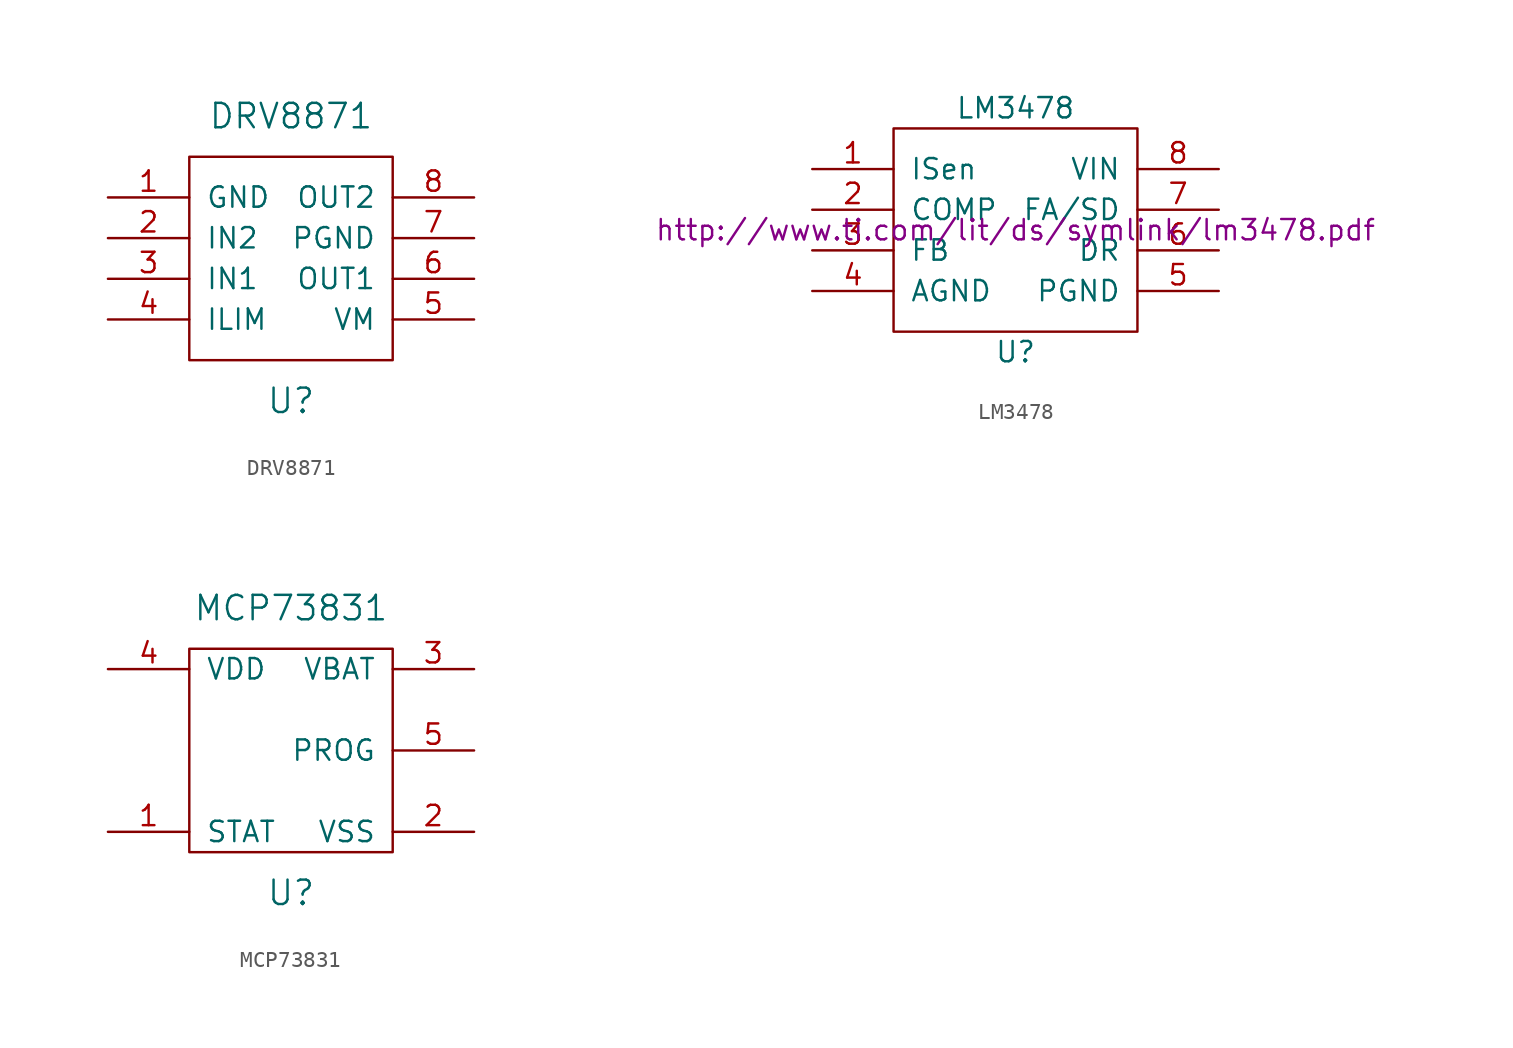
<source format=kicad_sym>
(kicad_symbol_lib
  (version 20211014)
  (generator kicad_symbol_editor)
  (symbol "DRV8871"
    (pin_names
      (offset 1.016))
    (property "Reference" "U"
      (at 0 -8.89 0)
      (effects (font (size 1.524 1.524))))
    (property "Value" "DRV8871"
      (at 0 8.89 0)
      (effects (font (size 1.524 1.524))))
    (symbol "DRV8871_0_1"
      (rectangle (start -6.35 6.35) (end 6.35 -6.35) (stroke (width 0) (type default) (color 0 0 0 0)) (fill (type none))))
    (symbol "DRV8871_1_1"
      (pin input line (at -11.43 3.81 0) (length 5.08) (name "GND" (effects (font (size 1.27 1.27)))) (number "1" (effects (font (size 1.27 1.27)))))
      (pin input line (at -11.43 1.27 0) (length 5.08) (name "IN2" (effects (font (size 1.27 1.27)))) (number "2" (effects (font (size 1.27 1.27)))))
      (pin input line (at -11.43 -1.27 0) (length 5.08) (name "IN1" (effects (font (size 1.27 1.27)))) (number "3" (effects (font (size 1.27 1.27)))))
      (pin input line (at -11.43 -3.81 0) (length 5.08) (name "ILIM" (effects (font (size 1.27 1.27)))) (number "4" (effects (font (size 1.27 1.27)))))
      (pin input line (at 11.43 -3.81 180) (length 5.08) (name "VM" (effects (font (size 1.27 1.27)))) (number "5" (effects (font (size 1.27 1.27)))))
      (pin input line (at 11.43 -1.27 180) (length 5.08) (name "OUT1" (effects (font (size 1.27 1.27)))) (number "6" (effects (font (size 1.27 1.27)))))
      (pin input line (at 11.43 1.27 180) (length 5.08) (name "PGND" (effects (font (size 1.27 1.27)))) (number "7" (effects (font (size 1.27 1.27)))))
      (pin input line (at 11.43 3.81 180) (length 5.08) (name "OUT2" (effects (font (size 1.27 1.27)))) (number "8" (effects (font (size 1.27 1.27)))))))
  (symbol "LM3478"
    (pin_names
      (offset 1.016))
    (property "Reference" "U"
      (at 0 -7.62 0)
      (effects (font (size 1.27 1.27))))
    (property "Value" "LM3478"
      (at 0 7.62 0)
      (effects (font (size 1.27 1.27))))
    (property "Datasheet" "http://www.ti.com/lit/ds/symlink/lm3478.pdf"
      (at 0 0 0)
      (effects (font (size 1.27 1.27))))
    (symbol "LM3478_0_1"
      (rectangle (start -7.62 6.35) (end 7.62 -6.35) (stroke (width 0) (type default) (color 0 0 0 0)) (fill (type none))))
    (symbol "LM3478_1_1"
      (pin input line (at -12.7 3.81 0) (length 5.08) (name "ISen" (effects (font (size 1.27 1.27)))) (number "1" (effects (font (size 1.27 1.27)))))
      (pin input line (at -12.7 1.27 0) (length 5.08) (name "COMP" (effects (font (size 1.27 1.27)))) (number "2" (effects (font (size 1.27 1.27)))))
      (pin input line (at -12.7 -1.27 0) (length 5.08) (name "FB" (effects (font (size 1.27 1.27)))) (number "3" (effects (font (size 1.27 1.27)))))
      (pin input line (at -12.7 -3.81 0) (length 5.08) (name "AGND" (effects (font (size 1.27 1.27)))) (number "4" (effects (font (size 1.27 1.27)))))
      (pin input line (at 12.7 -3.81 180) (length 5.08) (name "PGND" (effects (font (size 1.27 1.27)))) (number "5" (effects (font (size 1.27 1.27)))))
      (pin input line (at 12.7 -1.27 180) (length 5.08) (name "DR" (effects (font (size 1.27 1.27)))) (number "6" (effects (font (size 1.27 1.27)))))
      (pin input line (at 12.7 1.27 180) (length 5.08) (name "FA/SD" (effects (font (size 1.27 1.27)))) (number "7" (effects (font (size 1.27 1.27)))))
      (pin input line (at 12.7 3.81 180) (length 5.08) (name "VIN" (effects (font (size 1.27 1.27)))) (number "8" (effects (font (size 1.27 1.27)))))))
  (symbol "MCP73831"
    (pin_names
      (offset 1.016))
    (property "Reference" "U"
      (at 0 -8.89 0)
      (effects (font (size 1.524 1.524))))
    (property "Value" "MCP73831"
      (at 0 8.89 0)
      (effects (font (size 1.524 1.524))))
    (symbol "MCP73831_0_1"
      (rectangle (start -6.35 6.35) (end 6.35 -6.35) (stroke (width 0) (type default) (color 0 0 0 0)) (fill (type none))))
    (symbol "MCP73831_1_1"
      (pin input line (at -11.43 -5.08 0) (length 5.08) (name "STAT" (effects (font (size 1.27 1.27)))) (number "1" (effects (font (size 1.27 1.27)))))
      (pin input line (at 11.43 -5.08 180) (length 5.08) (name "VSS" (effects (font (size 1.27 1.27)))) (number "2" (effects (font (size 1.27 1.27)))))
      (pin input line (at 11.43 5.08 180) (length 5.08) (name "VBAT" (effects (font (size 1.27 1.27)))) (number "3" (effects (font (size 1.27 1.27)))))
      (pin input line (at -11.43 5.08 0) (length 5.08) (name "VDD" (effects (font (size 1.27 1.27)))) (number "4" (effects (font (size 1.27 1.27)))))
      (pin input line (at 11.43 0 180) (length 5.08) (name "PROG" (effects (font (size 1.27 1.27)))) (number "5" (effects (font (size 1.27 1.27))))))))
</source>
